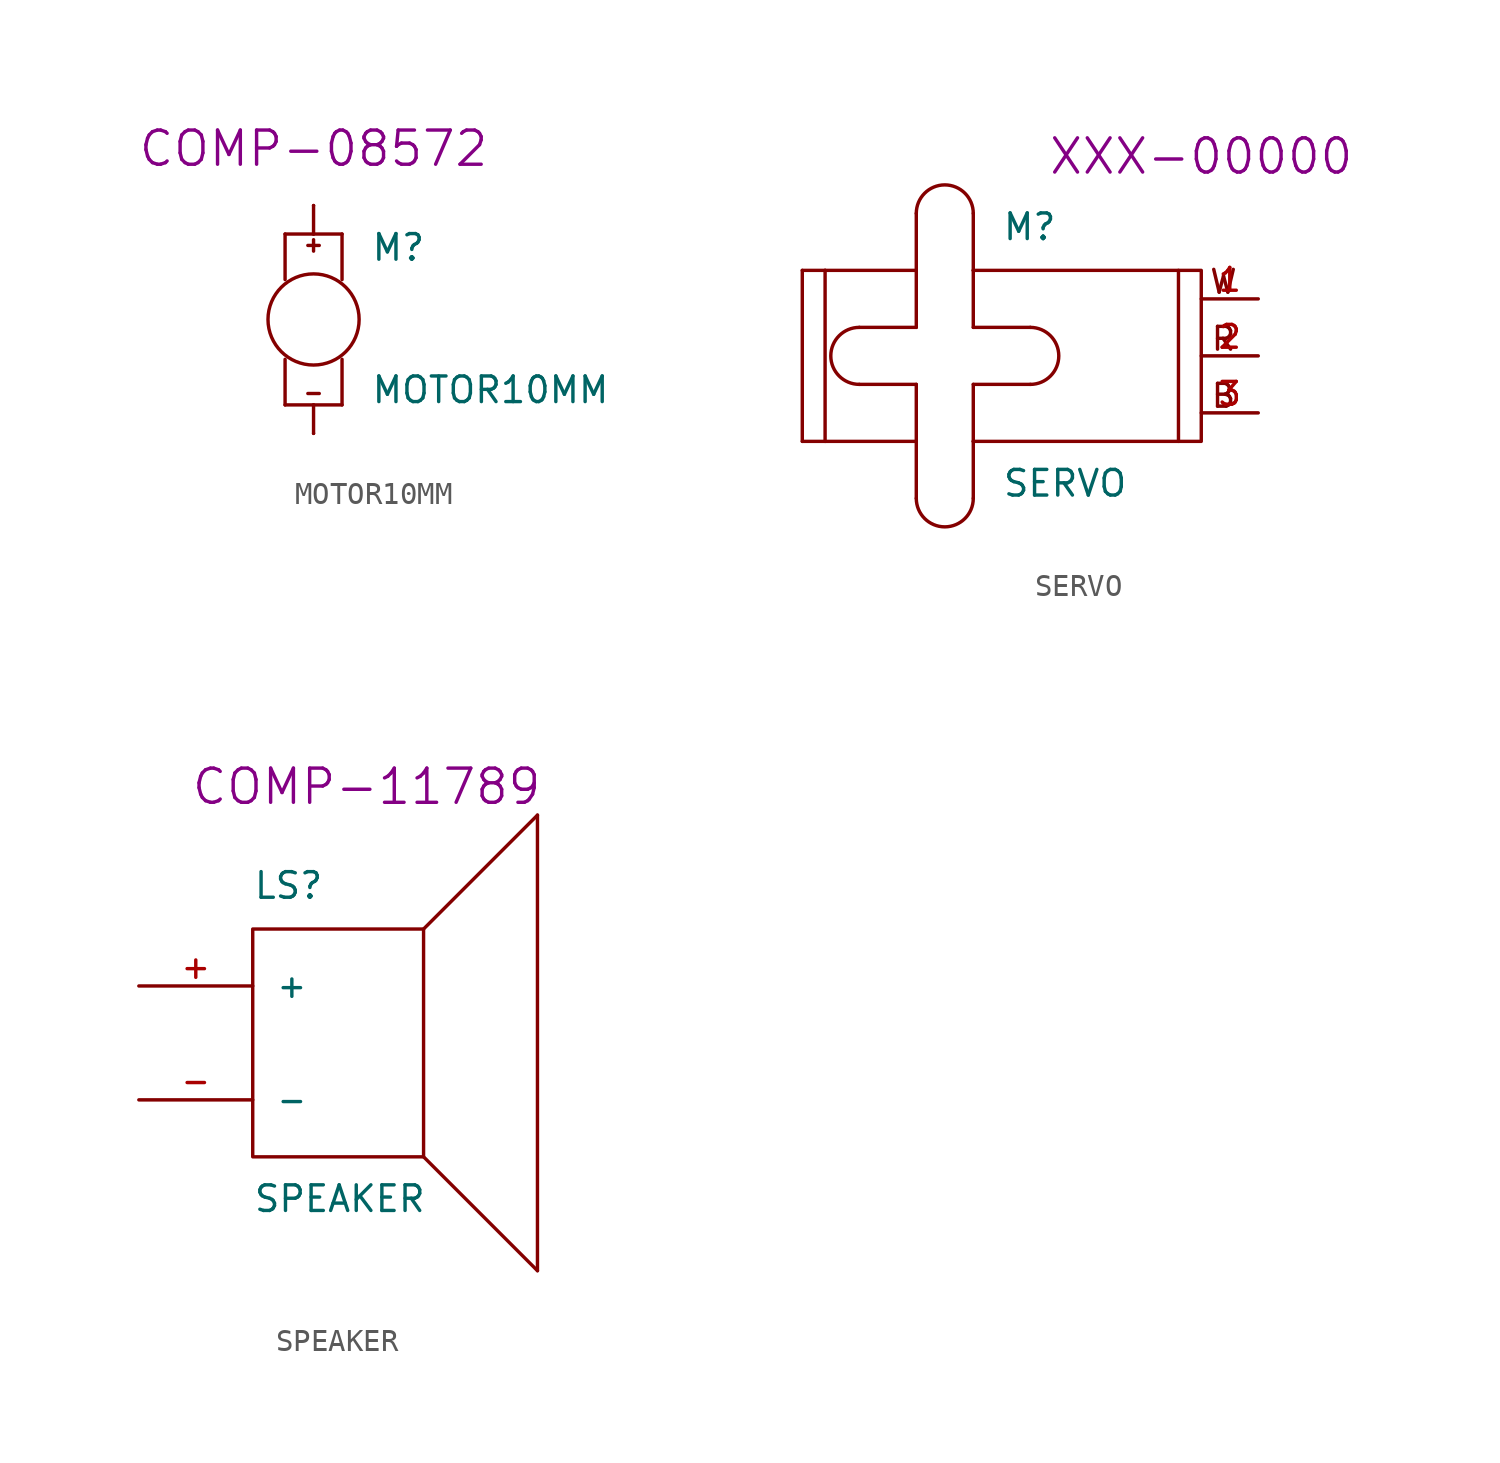
<source format=kicad_sym>
(kicad_symbol_lib
  (version 20220914)
  (generator kicad_symbol_editor)
  (symbol "MOTOR10MM"
    (pin_numbers hide)
    (pin_names
      (offset 1.016) hide)
    (property "Reference" "M"
      (at 2.54 2.54 0)
      (effects (font (size 1.143 1.143)) (justify left bottom)))
    (property "Value" "MOTOR10MM"
      (at 2.54 -3.81 0)
      (effects (font (size 1.143 1.143)) (justify left bottom)))
    (property "Field4" "COMP-08572"
      (at 0 7.62 0)
      (effects (font (size 1.524 1.524))))
    (property "ki_locked" ""
      (at 0 0 0)
      (effects (font (size 1.27 1.27))))
    (symbol "MOTOR10MM_1_0"
      (polyline (pts (xy -1.27 -3.81) (xy -1.27 -1.778)) (stroke (width 0) (type solid)) (fill (type none)))
      (polyline (pts (xy -1.27 3.81) (xy -1.27 1.778)) (stroke (width 0) (type solid)) (fill (type none)))
      (polyline (pts (xy -1.27 3.81) (xy 0 3.81)) (stroke (width 0) (type solid)) (fill (type none)))
      (polyline (pts (xy 0 -5.08) (xy 0 -3.81)) (stroke (width 0) (type solid)) (fill (type none)))
      (polyline (pts (xy 0 -3.81) (xy -1.27 -3.81)) (stroke (width 0) (type solid)) (fill (type none)))
      (polyline (pts (xy 0 3.556) (xy 0 3.048)) (stroke (width 0) (type solid)) (fill (type none)))
      (polyline (pts (xy 0 3.81) (xy 1.27 3.81)) (stroke (width 0) (type solid)) (fill (type none)))
      (polyline (pts (xy 0 5.08) (xy 0 3.81)) (stroke (width 0) (type solid)) (fill (type none)))
      (polyline (pts (xy 0.254 -3.302) (xy -0.254 -3.302)) (stroke (width 0) (type solid)) (fill (type none)))
      (polyline (pts (xy 0.254 3.302) (xy -0.254 3.302)) (stroke (width 0) (type solid)) (fill (type none)))
      (polyline (pts (xy 1.27 -3.81) (xy 0 -3.81)) (stroke (width 0) (type solid)) (fill (type none)))
      (polyline (pts (xy 1.27 -3.81) (xy 1.27 -1.778)) (stroke (width 0) (type solid)) (fill (type none)))
      (polyline (pts (xy 1.27 3.81) (xy 1.27 1.778)) (stroke (width 0) (type solid)) (fill (type none))))
    (symbol "MOTOR10MM_1_1"
      (circle (center 0 0) (radius 2.032) (stroke (width 0) (type solid)) (fill (type none)))
      (pin bidirectional line (at 0 5.08 270) (length 0) (name "+" (effects (font (size 1.016 1.016)))) (number "+" (effects (font (size 1.016 1.016)))))
      (pin bidirectional line (at 0 -5.08 270) (length 0) (name "-" (effects (font (size 1.016 1.016)))) (number "-" (effects (font (size 1.016 1.016)))))))
  (symbol "SERVO"
    (pin_names
      (offset 1.016) hide)
    (property "Reference" "M"
      (at -8.89 2.54 0)
      (effects (font (size 1.143 1.143)) (justify left bottom)))
    (property "Value" "SERVO"
      (at -8.89 -8.89 0)
      (effects (font (size 1.143 1.143)) (justify left bottom)))
    (property "Field4" "XXX-00000"
      (at 0 6.35 0)
      (effects (font (size 1.524 1.524))))
    (property "ki_locked" ""
      (at 0 0 0)
      (effects (font (size 1.27 1.27))))
    (symbol "SERVO_1_0"
      (polyline (pts (xy -17.78 -6.35) (xy -16.764 -6.35)) (stroke (width 0) (type solid)) (fill (type none)))
      (polyline (pts (xy -17.78 1.27) (xy -17.78 -6.35)) (stroke (width 0) (type solid)) (fill (type none)))
      (polyline (pts (xy -16.764 -6.35) (xy -12.7 -6.35)) (stroke (width 0) (type solid)) (fill (type none)))
      (polyline (pts (xy -16.764 1.27) (xy -17.78 1.27)) (stroke (width 0) (type solid)) (fill (type none)))
      (polyline (pts (xy -16.764 1.27) (xy -16.764 -6.35)) (stroke (width 0) (type solid)) (fill (type none)))
      (polyline (pts (xy -15.24 -3.81) (xy -12.7 -3.81)) (stroke (width 0) (type solid)) (fill (type none)))
      (polyline (pts (xy -15.24 -1.27) (xy -12.7 -1.27)) (stroke (width 0) (type solid)) (fill (type none)))
      (polyline (pts (xy -12.7 -6.35) (xy -12.7 -8.89)) (stroke (width 0) (type solid)) (fill (type none)))
      (polyline (pts (xy -12.7 -3.81) (xy -12.7 -6.35)) (stroke (width 0) (type solid)) (fill (type none)))
      (polyline (pts (xy -12.7 -1.27) (xy -12.7 1.27)) (stroke (width 0) (type solid)) (fill (type none)))
      (polyline (pts (xy -12.7 1.27) (xy -16.764 1.27)) (stroke (width 0) (type solid)) (fill (type none)))
      (polyline (pts (xy -12.7 1.27) (xy -12.7 3.81)) (stroke (width 0) (type solid)) (fill (type none)))
      (polyline (pts (xy -10.16 -6.35) (xy -10.16 -8.89)) (stroke (width 0) (type solid)) (fill (type none)))
      (polyline (pts (xy -10.16 -6.35) (xy -1.016 -6.35)) (stroke (width 0) (type solid)) (fill (type none)))
      (polyline (pts (xy -10.16 -3.81) (xy -10.16 -6.35)) (stroke (width 0) (type solid)) (fill (type none)))
      (polyline (pts (xy -10.16 -1.27) (xy -7.62 -1.27)) (stroke (width 0) (type solid)) (fill (type none)))
      (polyline (pts (xy -10.16 1.27) (xy -10.16 -1.27)) (stroke (width 0) (type solid)) (fill (type none)))
      (polyline (pts (xy -10.16 3.81) (xy -10.16 1.27)) (stroke (width 0) (type solid)) (fill (type none)))
      (polyline (pts (xy -7.62 -3.81) (xy -10.16 -3.81)) (stroke (width 0) (type solid)) (fill (type none)))
      (polyline (pts (xy -1.016 1.27) (xy -10.16 1.27)) (stroke (width 0) (type solid)) (fill (type none)))
      (text "B" (at 0.991 -4.318 0) (effects (font (size 1.016 1.016))))
      (text "R" (at 0.991 -1.778 0) (effects (font (size 1.016 1.016))))
      (text "W" (at 0.991 0.762 0) (effects (font (size 1.016 1.016)))))
    (symbol "SERVO_1_1"
      (arc (start -15.24 -1.27) (mid -16.5045 -2.54) (end -15.24 -3.81) (stroke (width 0) (type solid)) (fill (type none)))
      (arc (start -12.7 -8.89) (mid -11.43 -10.1545) (end -10.16 -8.89) (stroke (width 0) (type solid)) (fill (type none)))
      (arc (start -10.16 3.81) (mid -11.43 5.0745) (end -12.7 3.81) (stroke (width 0) (type solid)) (fill (type none)))
      (arc (start -7.62 -3.81) (mid -6.3555 -2.54) (end -7.62 -1.27) (stroke (width 0) (type solid)) (fill (type none)))
      (polyline (pts (xy -1.016 1.27) (xy -1.016 -6.35) (xy 0 -6.35) (xy 0 1.27) (xy -1.016 1.27)) (stroke (width 0) (type solid)) (fill (type none)))
      (pin bidirectional line (at 2.54 0 180) (length 2.54) (name "SIG" (effects (font (size 1.016 1.016)))) (number "1" (effects (font (size 1.016 1.016)))))
      (pin bidirectional line (at 2.54 -2.54 180) (length 2.54) (name "V+" (effects (font (size 1.016 1.016)))) (number "2" (effects (font (size 1.016 1.016)))))
      (pin bidirectional line (at 2.54 -5.08 180) (length 2.54) (name "GND" (effects (font (size 1.016 1.016)))) (number "3" (effects (font (size 1.016 1.016)))))))
  (symbol "SPEAKER"
    (pin_names
      (offset 1.016))
    (property "Reference" "LS"
      (at -5.08 6.35 0)
      (effects (font (size 1.143 1.143)) (justify left bottom)))
    (property "Value" "SPEAKER"
      (at -5.08 -7.62 0)
      (effects (font (size 1.143 1.143)) (justify left bottom)))
    (property "Field4" "COMP-11789"
      (at 0 11.43 0)
      (effects (font (size 1.524 1.524))))
    (property "ki_locked" ""
      (at 0 0 0)
      (effects (font (size 1.27 1.27))))
    (symbol "SPEAKER_1_0"
      (polyline (pts (xy 2.54 5.08) (xy 7.62 10.16)) (stroke (width 0) (type solid)) (fill (type none)))
      (polyline (pts (xy 7.62 -10.16) (xy 2.54 -5.08)) (stroke (width 0) (type solid)) (fill (type none)))
      (polyline (pts (xy 7.62 10.16) (xy 7.62 -10.16)) (stroke (width 0) (type solid)) (fill (type none))))
    (symbol "SPEAKER_1_1"
      (polyline (pts (xy -5.08 5.08) (xy -5.08 -5.08) (xy 2.54 -5.08) (xy 2.54 5.08) (xy -5.08 5.08)) (stroke (width 0) (type solid)) (fill (type none)))
      (pin bidirectional line (at -10.16 2.54 0) (length 5.08) (name "+" (effects (font (size 1.016 1.016)))) (number "+" (effects (font (size 1.016 1.016)))))
      (pin bidirectional line (at -10.16 -2.54 0) (length 5.08) (name "-" (effects (font (size 1.016 1.016)))) (number "-" (effects (font (size 1.016 1.016))))))))
</source>
